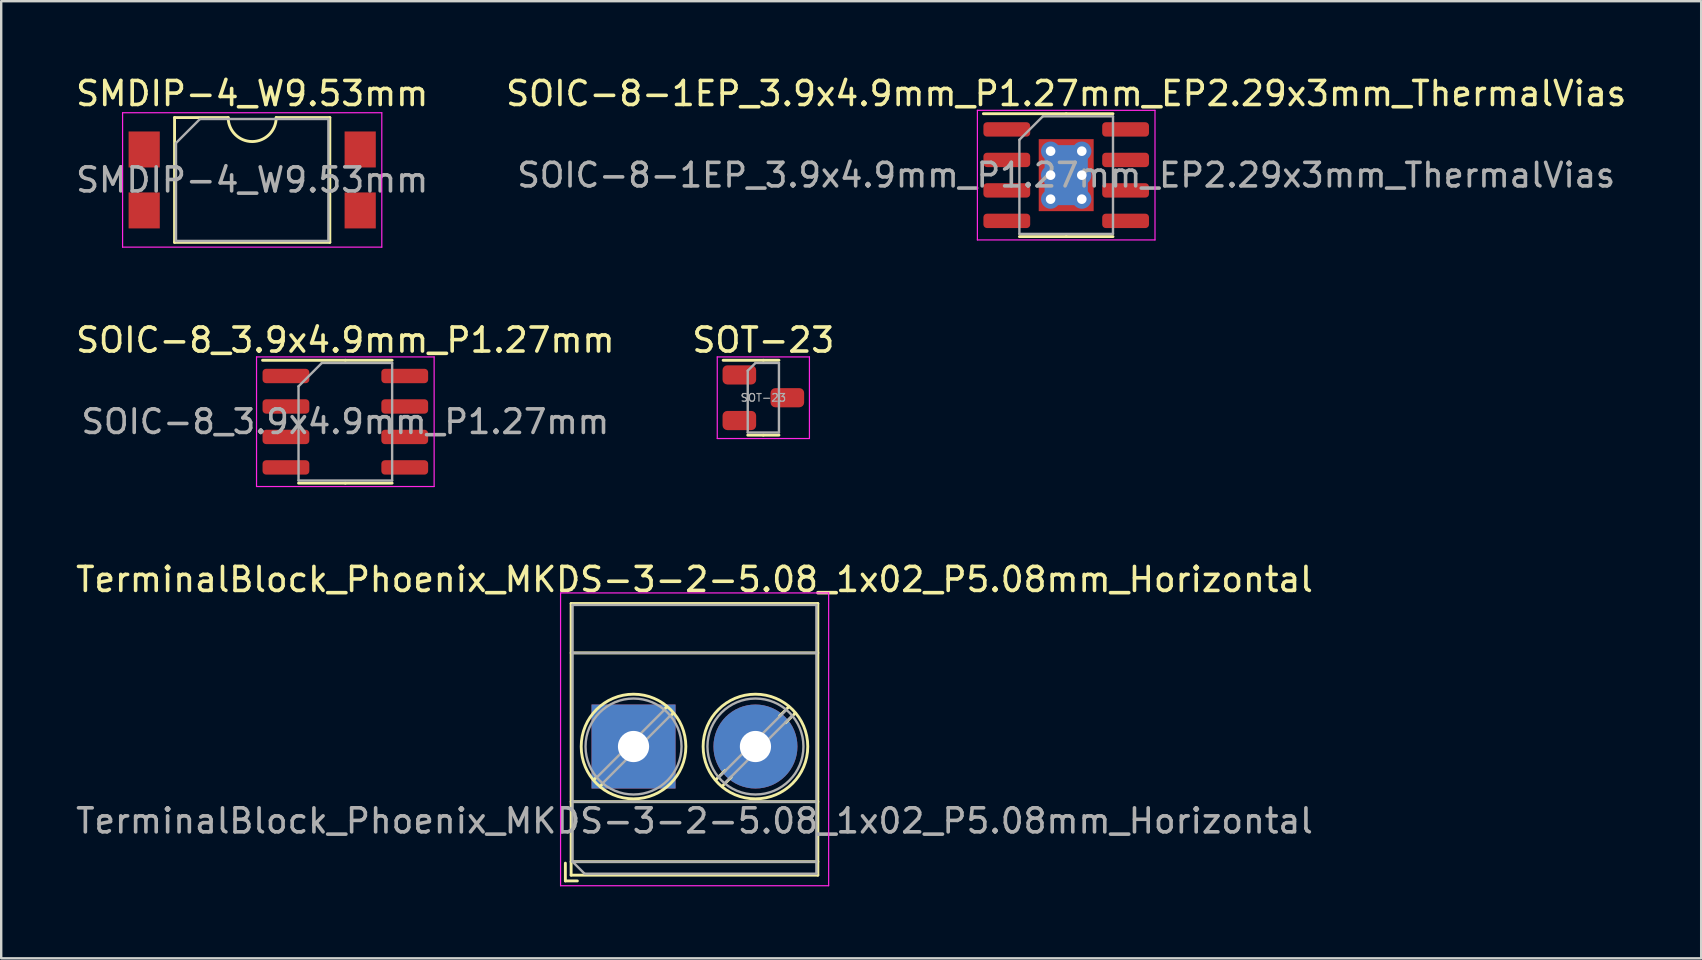
<source format=kicad_pcb>
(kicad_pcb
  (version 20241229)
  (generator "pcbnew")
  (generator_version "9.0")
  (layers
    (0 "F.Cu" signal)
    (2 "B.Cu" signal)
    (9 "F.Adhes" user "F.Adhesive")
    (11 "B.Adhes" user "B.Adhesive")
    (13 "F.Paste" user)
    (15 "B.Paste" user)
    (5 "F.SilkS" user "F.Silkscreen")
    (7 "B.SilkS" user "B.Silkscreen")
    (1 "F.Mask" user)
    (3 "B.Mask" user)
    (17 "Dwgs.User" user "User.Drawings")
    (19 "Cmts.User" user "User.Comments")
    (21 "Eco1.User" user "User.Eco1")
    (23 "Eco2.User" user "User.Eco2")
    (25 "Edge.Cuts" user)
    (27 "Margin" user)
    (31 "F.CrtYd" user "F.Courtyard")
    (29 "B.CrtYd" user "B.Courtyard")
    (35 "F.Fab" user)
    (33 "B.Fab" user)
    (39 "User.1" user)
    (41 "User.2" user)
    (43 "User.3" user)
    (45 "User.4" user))
  (footprint "SOT-23"
    (layer "F.Cu")
    (at 28.756 13.521)
    (property "Reference" "SOT-23" (at 0 -2.4 0) (layer "F.SilkS") (effects (font (size 1 1) (thickness 0.15))))
    (attr smd)
    (fp_line (start 0 -1.56) (end -1.675 -1.56) (stroke (width 0.12) (type solid)) (layer "F.SilkS"))
    (fp_line (start 0 -1.56) (end 0.65 -1.56) (stroke (width 0.12) (type solid)) (layer "F.SilkS"))
    (fp_line (start 0 1.56) (end -0.65 1.56) (stroke (width 0.12) (type solid)) (layer "F.SilkS"))
    (fp_line (start 0 1.56) (end 0.65 1.56) (stroke (width 0.12) (type solid)) (layer "F.SilkS"))
    (fp_line (start -1.92 -1.7) (end -1.92 1.7) (stroke (width 0.05) (type solid)) (layer "F.CrtYd"))
    (fp_line (start -1.92 1.7) (end 1.92 1.7) (stroke (width 0.05) (type solid)) (layer "F.CrtYd"))
    (fp_line (start 1.92 -1.7) (end -1.92 -1.7) (stroke (width 0.05) (type solid)) (layer "F.CrtYd"))
    (fp_line (start 1.92 1.7) (end 1.92 -1.7) (stroke (width 0.05) (type solid)) (layer "F.CrtYd"))
    (fp_line (start -0.65 -1.125) (end -0.325 -1.45) (stroke (width 0.1) (type solid)) (layer "F.Fab"))
    (fp_line (start -0.65 1.45) (end -0.65 -1.125) (stroke (width 0.1) (type solid)) (layer "F.Fab"))
    (fp_line (start -0.325 -1.45) (end 0.65 -1.45) (stroke (width 0.1) (type solid)) (layer "F.Fab"))
    (fp_line (start 0.65 -1.45) (end 0.65 1.45) (stroke (width 0.1) (type solid)) (layer "F.Fab"))
    (fp_line (start 0.65 1.45) (end -0.65 1.45) (stroke (width 0.1) (type solid)) (layer "F.Fab"))
    (fp_text user "${REFERENCE}" (at 0 0 0) (layer "F.Fab") (effects (font (size 0.32 0.32) (thickness 0.05))))
    (pad "1" smd roundrect (at -1 -0.95) (size 1.4 0.8) (layers "F.Cu" "F.Mask" "F.Paste") (roundrect_rratio 0.25))
    (pad "2" smd roundrect (at -1 0.95) (size 1.4 0.8) (layers "F.Cu" "F.Mask" "F.Paste") (roundrect_rratio 0.25))
    (pad "3" smd roundrect (at 1 0) (size 1.4 0.8) (layers "F.Cu" "F.Mask" "F.Paste") (roundrect_rratio 0.25)))
  (footprint "SOIC-8_3.9x4.9mm_P1.27mm"
    (layer "F.Cu")
    (at 11.339 14.521)
    (property "Reference" "SOIC-8_3.9x4.9mm_P1.27mm" (at 0 -3.4 0) (layer "F.SilkS") (effects (font (size 1 1) (thickness 0.15))))
    (attr smd)
    (fp_line (start 0 -2.56) (end -3.45 -2.56) (stroke (width 0.12) (type solid)) (layer "F.SilkS"))
    (fp_line (start 0 -2.56) (end 1.95 -2.56) (stroke (width 0.12) (type solid)) (layer "F.SilkS"))
    (fp_line (start 0 2.56) (end -1.95 2.56) (stroke (width 0.12) (type solid)) (layer "F.SilkS"))
    (fp_line (start 0 2.56) (end 1.95 2.56) (stroke (width 0.12) (type solid)) (layer "F.SilkS"))
    (fp_line (start -3.7 -2.7) (end -3.7 2.7) (stroke (width 0.05) (type solid)) (layer "F.CrtYd"))
    (fp_line (start -3.7 2.7) (end 3.7 2.7) (stroke (width 0.05) (type solid)) (layer "F.CrtYd"))
    (fp_line (start 3.7 -2.7) (end -3.7 -2.7) (stroke (width 0.05) (type solid)) (layer "F.CrtYd"))
    (fp_line (start 3.7 2.7) (end 3.7 -2.7) (stroke (width 0.05) (type solid)) (layer "F.CrtYd"))
    (fp_line (start -1.95 -1.475) (end -0.975 -2.45) (stroke (width 0.1) (type solid)) (layer "F.Fab"))
    (fp_line (start -1.95 2.45) (end -1.95 -1.475) (stroke (width 0.1) (type solid)) (layer "F.Fab"))
    (fp_line (start -0.975 -2.45) (end 1.95 -2.45) (stroke (width 0.1) (type solid)) (layer "F.Fab"))
    (fp_line (start 1.95 -2.45) (end 1.95 2.45) (stroke (width 0.1) (type solid)) (layer "F.Fab"))
    (fp_line (start 1.95 2.45) (end -1.95 2.45) (stroke (width 0.1) (type solid)) (layer "F.Fab"))
    (fp_text user "${REFERENCE}" (at 0 0 0) (layer "F.Fab") (effects (font (size 0.98 0.98) (thickness 0.15))))
    (pad "1" smd roundrect (at -2.475 -1.905) (size 1.95 0.6) (layers "F.Cu" "F.Mask" "F.Paste") (roundrect_rratio 0.25))
    (pad "2" smd roundrect (at -2.475 -0.635) (size 1.95 0.6) (layers "F.Cu" "F.Mask" "F.Paste") (roundrect_rratio 0.25))
    (pad "3" smd roundrect (at -2.475 0.635) (size 1.95 0.6) (layers "F.Cu" "F.Mask" "F.Paste") (roundrect_rratio 0.25))
    (pad "4" smd roundrect (at -2.475 1.905) (size 1.95 0.6) (layers "F.Cu" "F.Mask" "F.Paste") (roundrect_rratio 0.25))
    (pad "5" smd roundrect (at 2.475 1.905) (size 1.95 0.6) (layers "F.Cu" "F.Mask" "F.Paste") (roundrect_rratio 0.25))
    (pad "6" smd roundrect (at 2.475 0.635) (size 1.95 0.6) (layers "F.Cu" "F.Mask" "F.Paste") (roundrect_rratio 0.25))
    (pad "7" smd roundrect (at 2.475 -0.635) (size 1.95 0.6) (layers "F.Cu" "F.Mask" "F.Paste") (roundrect_rratio 0.25))
    (pad "8" smd roundrect (at 2.475 -1.905) (size 1.95 0.6) (layers "F.Cu" "F.Mask" "F.Paste") (roundrect_rratio 0.25)))
  (footprint "SOIC-8-1EP_3.9x4.9mm_P1.27mm_EP2.29x3mm_ThermalVias"
    (layer "F.Cu")
    (at 41.375 4.248)
    (property "Reference" "SOIC-8-1EP_3.9x4.9mm_P1.27mm_EP2.29x3mm_ThermalVias" (at 0 -3.4 0) (layer "F.SilkS") (effects (font (size 1 1) (thickness 0.15))))
    (attr smd)
    (fp_line (start 0 -2.56) (end -3.45 -2.56) (stroke (width 0.12) (type solid)) (layer "F.SilkS"))
    (fp_line (start 0 -2.56) (end 1.95 -2.56) (stroke (width 0.12) (type solid)) (layer "F.SilkS"))
    (fp_line (start 0 2.56) (end -1.95 2.56) (stroke (width 0.12) (type solid)) (layer "F.SilkS"))
    (fp_line (start 0 2.56) (end 1.95 2.56) (stroke (width 0.12) (type solid)) (layer "F.SilkS"))
    (fp_line (start -3.7 -2.7) (end -3.7 2.7) (stroke (width 0.05) (type solid)) (layer "F.CrtYd"))
    (fp_line (start -3.7 2.7) (end 3.7 2.7) (stroke (width 0.05) (type solid)) (layer "F.CrtYd"))
    (fp_line (start 3.7 -2.7) (end -3.7 -2.7) (stroke (width 0.05) (type solid)) (layer "F.CrtYd"))
    (fp_line (start 3.7 2.7) (end 3.7 -2.7) (stroke (width 0.05) (type solid)) (layer "F.CrtYd"))
    (fp_line (start -1.95 -1.475) (end -0.975 -2.45) (stroke (width 0.1) (type solid)) (layer "F.Fab"))
    (fp_line (start -1.95 2.45) (end -1.95 -1.475) (stroke (width 0.1) (type solid)) (layer "F.Fab"))
    (fp_line (start -0.975 -2.45) (end 1.95 -2.45) (stroke (width 0.1) (type solid)) (layer "F.Fab"))
    (fp_line (start 1.95 -2.45) (end 1.95 2.45) (stroke (width 0.1) (type solid)) (layer "F.Fab"))
    (fp_line (start 1.95 2.45) (end -1.95 2.45) (stroke (width 0.1) (type solid)) (layer "F.Fab"))
    (fp_text user "${REFERENCE}" (at 0 0 0) (layer "F.Fab") (effects (font (size 0.98 0.98) (thickness 0.15))))
    (pad "" smd roundrect (at -0.57 -0.75) (size 0.96 1.25) (layers "F.Paste") (roundrect_rratio 0.25))
    (pad "" smd roundrect (at -0.57 0.75) (size 0.96 1.25) (layers "F.Paste") (roundrect_rratio 0.25))
    (pad "" smd roundrect (at 0.57 -0.75) (size 0.96 1.25) (layers "F.Paste") (roundrect_rratio 0.25))
    (pad "" smd roundrect (at 0.57 0.75) (size 0.96 1.25) (layers "F.Paste") (roundrect_rratio 0.25))
    (pad "1" smd roundrect (at -2.475 -1.905) (size 1.95 0.6) (layers "F.Cu" "F.Mask" "F.Paste") (roundrect_rratio 0.25))
    (pad "2" smd roundrect (at -2.475 -0.635) (size 1.95 0.6) (layers "F.Cu" "F.Mask" "F.Paste") (roundrect_rratio 0.25))
    (pad "3" smd roundrect (at -2.475 0.635) (size 1.95 0.6) (layers "F.Cu" "F.Mask" "F.Paste") (roundrect_rratio 0.25))
    (pad "4" smd roundrect (at -2.475 1.905) (size 1.95 0.6) (layers "F.Cu" "F.Mask" "F.Paste") (roundrect_rratio 0.25))
    (pad "5" smd roundrect (at 2.475 1.905) (size 1.95 0.6) (layers "F.Cu" "F.Mask" "F.Paste") (roundrect_rratio 0.25))
    (pad "6" smd roundrect (at 2.475 0.635) (size 1.95 0.6) (layers "F.Cu" "F.Mask" "F.Paste") (roundrect_rratio 0.25))
    (pad "7" smd roundrect (at 2.475 -0.635) (size 1.95 0.6) (layers "F.Cu" "F.Mask" "F.Paste") (roundrect_rratio 0.25))
    (pad "8" smd roundrect (at 2.475 -1.905) (size 1.95 0.6) (layers "F.Cu" "F.Mask" "F.Paste") (roundrect_rratio 0.25))
    (pad "9" thru_hole circle (at -0.65 -1) (size 0.8 0.8) (drill 0.4) (layers "*.Cu"))
    (pad "9" thru_hole circle (at -0.65 0) (size 0.8 0.8) (drill 0.4) (layers "*.Cu"))
    (pad "9" thru_hole circle (at -0.65 1) (size 0.8 0.8) (drill 0.4) (layers "*.Cu"))
    (pad "9" smd rect (at 0 0) (size 1.8 2.5) (layers "B.Cu"))
    (pad "9" smd rect (at 0 0) (size 2.29 3) (layers "F.Cu" "F.Mask"))
    (pad "9" thru_hole circle (at 0.65 -1) (size 0.8 0.8) (drill 0.4) (layers "*.Cu"))
    (pad "9" thru_hole circle (at 0.65 0) (size 0.8 0.8) (drill 0.4) (layers "*.Cu"))
    (pad "9" thru_hole circle (at 0.65 1) (size 0.8 0.8) (drill 0.4) (layers "*.Cu")))
  (footprint "TerminalBlock_Phoenix_MKDS-3-2-5.08_1x02_P5.08mm_Horizontal"
    (layer "F.Cu")
    (at 23.347 28.055)
    (property "Reference" "TerminalBlock_Phoenix_MKDS-3-2-5.08_1x02_P5.08mm_Horizontal" (at 2.54 -6.96 0) (layer "F.SilkS") (effects (font (size 1 1) (thickness 0.15))))
    (attr through_hole)
    (fp_line (start -2.84 4.86) (end -2.84 5.6) (stroke (width 0.12) (type solid)) (layer "F.SilkS"))
    (fp_line (start -2.84 5.6) (end -2.34 5.6) (stroke (width 0.12) (type solid)) (layer "F.SilkS"))
    (fp_line (start -2.6 -5.96) (end -2.6 5.36) (stroke (width 0.12) (type solid)) (layer "F.SilkS"))
    (fp_line (start -2.6 -5.96) (end 7.68 -5.96) (stroke (width 0.12) (type solid)) (layer "F.SilkS"))
    (fp_line (start -2.6 -3.9) (end 7.68 -3.9) (stroke (width 0.12) (type solid)) (layer "F.SilkS"))
    (fp_line (start -2.6 2.3) (end 7.68 2.3) (stroke (width 0.12) (type solid)) (layer "F.SilkS"))
    (fp_line (start -2.6 4.8) (end 7.68 4.8) (stroke (width 0.12) (type solid)) (layer "F.SilkS"))
    (fp_line (start -2.6 5.36) (end 7.68 5.36) (stroke (width 0.12) (type solid)) (layer "F.SilkS"))
    (fp_line (start -1.548 1.281) (end -1.654 1.388) (stroke (width 0.12) (type solid)) (layer "F.SilkS"))
    (fp_line (start -1.282 1.547) (end -1.388 1.654) (stroke (width 0.12) (type solid)) (layer "F.SilkS"))
    (fp_line (start 1.388 -1.654) (end 1.281 -1.547) (stroke (width 0.12) (type solid)) (layer "F.SilkS"))
    (fp_line (start 1.654 -1.388) (end 1.547 -1.281) (stroke (width 0.12) (type solid)) (layer "F.SilkS"))
    (fp_line (start 3.822 0.992) (end 3.427 1.388) (stroke (width 0.12) (type solid)) (layer "F.SilkS"))
    (fp_line (start 4.073 1.274) (end 3.693 1.654) (stroke (width 0.12) (type solid)) (layer "F.SilkS"))
    (fp_line (start 6.468 -1.654) (end 6.088 -1.274) (stroke (width 0.12) (type solid)) (layer "F.SilkS"))
    (fp_line (start 6.734 -1.388) (end 6.339 -0.992) (stroke (width 0.12) (type solid)) (layer "F.SilkS"))
    (fp_line (start 7.68 -5.96) (end 7.68 5.36) (stroke (width 0.12) (type solid)) (layer "F.SilkS"))
    (fp_circle (center 0 0) (end 2.18 0) (stroke (width 0.12) (type solid)) (fill no) (layer "F.SilkS"))
    (fp_circle (center 5.08 0) (end 7.26 0) (stroke (width 0.12) (type solid)) (fill no) (layer "F.SilkS"))
    (fp_line (start -3.04 -6.4) (end -3.04 5.8) (stroke (width 0.05) (type solid)) (layer "F.CrtYd"))
    (fp_line (start -3.04 5.8) (end 8.13 5.8) (stroke (width 0.05) (type solid)) (layer "F.CrtYd"))
    (fp_line (start 8.13 -6.4) (end -3.04 -6.4) (stroke (width 0.05) (type solid)) (layer "F.CrtYd"))
    (fp_line (start 8.13 5.8) (end 8.13 -6.4) (stroke (width 0.05) (type solid)) (layer "F.CrtYd"))
    (fp_line (start -2.54 -5.9) (end 7.62 -5.9) (stroke (width 0.1) (type solid)) (layer "F.Fab"))
    (fp_line (start -2.54 -3.9) (end 7.62 -3.9) (stroke (width 0.1) (type solid)) (layer "F.Fab"))
    (fp_line (start -2.54 2.3) (end 7.62 2.3) (stroke (width 0.1) (type solid)) (layer "F.Fab"))
    (fp_line (start -2.54 4.8) (end -2.54 -5.9) (stroke (width 0.1) (type solid)) (layer "F.Fab"))
    (fp_line (start -2.54 4.8) (end 7.62 4.8) (stroke (width 0.1) (type solid)) (layer "F.Fab"))
    (fp_line (start -2.04 5.3) (end -2.54 4.8) (stroke (width 0.1) (type solid)) (layer "F.Fab"))
    (fp_line (start 1.273 -1.517) (end -1.517 1.273) (stroke (width 0.1) (type solid)) (layer "F.Fab"))
    (fp_line (start 1.517 -1.273) (end -1.273 1.517) (stroke (width 0.1) (type solid)) (layer "F.Fab"))
    (fp_line (start 6.353 -1.517) (end 3.564 1.273) (stroke (width 0.1) (type solid)) (layer "F.Fab"))
    (fp_line (start 6.597 -1.273) (end 3.808 1.517) (stroke (width 0.1) (type solid)) (layer "F.Fab"))
    (fp_line (start 7.62 -5.9) (end 7.62 5.3) (stroke (width 0.1) (type solid)) (layer "F.Fab"))
    (fp_line (start 7.62 5.3) (end -2.04 5.3) (stroke (width 0.1) (type solid)) (layer "F.Fab"))
    (fp_circle (center 0 0) (end 2 0) (stroke (width 0.1) (type solid)) (fill no) (layer "F.Fab"))
    (fp_circle (center 5.08 0) (end 7.08 0) (stroke (width 0.1) (type solid)) (fill no) (layer "F.Fab"))
    (fp_text user "${REFERENCE}" (at 2.54 3.1 0) (layer "F.Fab") (effects (font (size 1 1) (thickness 0.15))))
    (pad "1" thru_hole rect (at 0 0) (size 3.5 3.5) (drill 1.3) (layers "*.Cu" "*.Mask"))
    (pad "2" thru_hole circle (at 5.08 0) (size 3.5 3.5) (drill 1.3) (layers "*.Cu" "*.Mask")))
  (footprint "SMDIP-4_W9.53mm"
    (layer "F.Cu")
    (at 7.458 4.448)
    (property "Reference" "SMDIP-4_W9.53mm" (at 0 -3.6 0) (layer "F.SilkS") (effects (font (size 1 1) (thickness 0.15))))
    (attr smd)
    (fp_line (start -3.235 -2.6) (end -3.235 2.6) (stroke (width 0.12) (type solid)) (layer "F.SilkS"))
    (fp_line (start -3.235 2.6) (end 3.235 2.6) (stroke (width 0.12) (type solid)) (layer "F.SilkS"))
    (fp_line (start -1 -2.6) (end -3.235 -2.6) (stroke (width 0.12) (type solid)) (layer "F.SilkS"))
    (fp_line (start 3.235 -2.6) (end 1 -2.6) (stroke (width 0.12) (type solid)) (layer "F.SilkS"))
    (fp_line (start 3.235 2.6) (end 3.235 -2.6) (stroke (width 0.12) (type solid)) (layer "F.SilkS"))
    (fp_arc (start 1 -2.6) (mid 0 -1.6) (end -1 -2.6) (stroke (width 0.12) (type solid)) (layer "F.SilkS"))
    (fp_line (start -5.4 -2.8) (end -5.4 2.8) (stroke (width 0.05) (type solid)) (layer "F.CrtYd"))
    (fp_line (start -5.4 2.8) (end 5.4 2.8) (stroke (width 0.05) (type solid)) (layer "F.CrtYd"))
    (fp_line (start 5.4 -2.8) (end -5.4 -2.8) (stroke (width 0.05) (type solid)) (layer "F.CrtYd"))
    (fp_line (start 5.4 2.8) (end 5.4 -2.8) (stroke (width 0.05) (type solid)) (layer "F.CrtYd"))
    (fp_line (start -3.175 -1.54) (end -2.175 -2.54) (stroke (width 0.1) (type solid)) (layer "F.Fab"))
    (fp_line (start -3.175 2.54) (end -3.175 -1.54) (stroke (width 0.1) (type solid)) (layer "F.Fab"))
    (fp_line (start -2.175 -2.54) (end 3.175 -2.54) (stroke (width 0.1) (type solid)) (layer "F.Fab"))
    (fp_line (start 3.175 -2.54) (end 3.175 2.54) (stroke (width 0.1) (type solid)) (layer "F.Fab"))
    (fp_line (start 3.175 2.54) (end -3.175 2.54) (stroke (width 0.1) (type solid)) (layer "F.Fab"))
    (fp_text user "${REFERENCE}" (at 0 0 0) (layer "F.Fab") (effects (font (size 1 1) (thickness 0.15))))
    (pad "1" smd rect (at -4.5 -1.27) (size 1.3 1.5) (layers "F.Cu" "F.Mask" "F.Paste"))
    (pad "2" smd rect (at -4.5 1.27) (size 1.3 1.5) (layers "F.Cu" "F.Mask" "F.Paste"))
    (pad "3" smd rect (at 4.5 1.27) (size 1.3 1.5) (layers "F.Cu" "F.Mask" "F.Paste"))
    (pad "4" smd rect (at 4.5 -1.27) (size 1.3 1.5) (layers "F.Cu" "F.Mask" "F.Paste")))
  (gr_rect
    (start -3 -3)
    (end 67.833 36.88)
    (stroke (width 0.1) (type default))
    (fill no)
    (layer "Edge.Cuts")))
</source>
